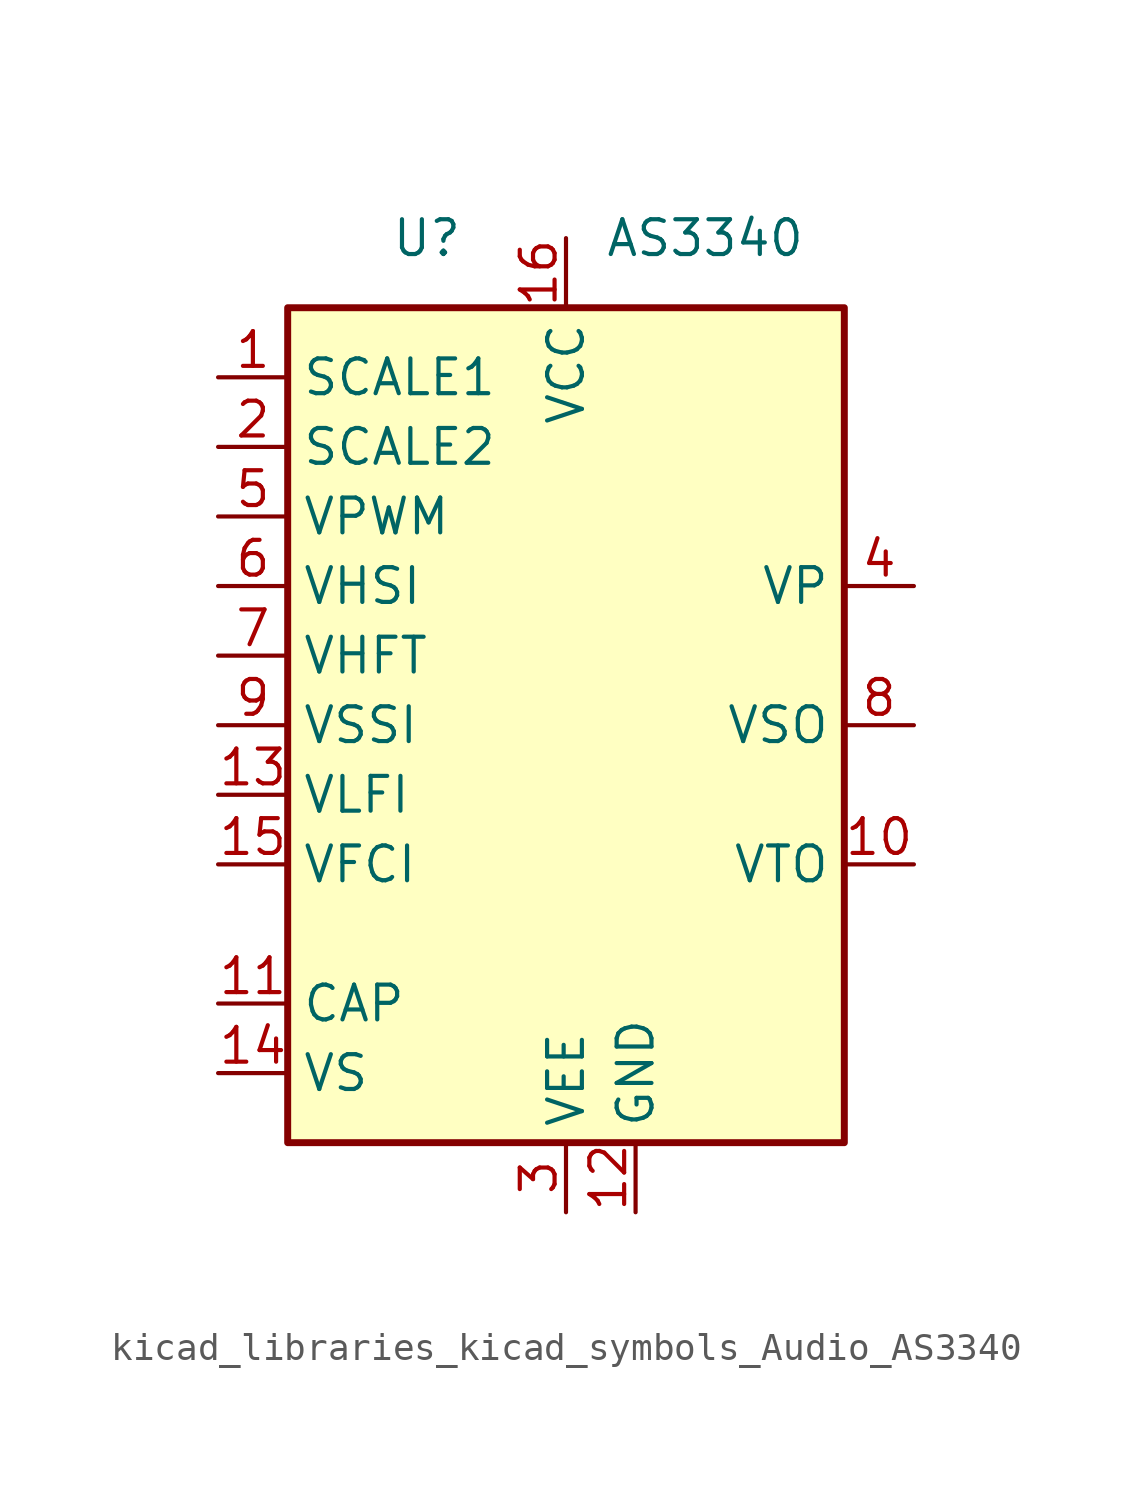
<source format=kicad_sym>
(kicad_symbol_lib
  (version 20220914)
  (generator kicad_symbol_editor)
  (symbol "kicad_libraries_kicad_symbols_Audio_AS3340"
    (property "Reference" "U"
      (at -5.08 17.78 0)
      (effects (font (size 1.27 1.27))))
    (property "Value" "AS3340"
      (at 5.08 17.78 0)
      (effects (font (size 1.27 1.27))))
    (symbol "kicad_libraries_kicad_symbols_Audio_AS3340_0_1"
      (rectangle (start -10.16 15.24) (end 10.16 -15.24) (stroke (width 0.254) (type default)) (fill (type background))))
    (symbol "kicad_libraries_kicad_symbols_Audio_AS3340_1_1"
      (pin input line (at -12.7 12.7 0) (length 2.54) (name "SCALE1" (effects (font (size 1.27 1.27)))) (number "1" (effects (font (size 1.27 1.27)))))
      (pin output line (at 12.7 -5.08 180) (length 2.54) (name "VTO" (effects (font (size 1.27 1.27)))) (number "10" (effects (font (size 1.27 1.27)))))
      (pin passive line (at -12.7 -10.16 0) (length 2.54) (name "CAP" (effects (font (size 1.27 1.27)))) (number "11" (effects (font (size 1.27 1.27)))))
      (pin power_in line (at 2.54 -17.78 90) (length 2.54) (name "GND" (effects (font (size 1.27 1.27)))) (number "12" (effects (font (size 1.27 1.27)))))
      (pin input line (at -12.7 -2.54 0) (length 2.54) (name "VLFI" (effects (font (size 1.27 1.27)))) (number "13" (effects (font (size 1.27 1.27)))))
      (pin passive line (at -12.7 -12.7 0) (length 2.54) (name "VS" (effects (font (size 1.27 1.27)))) (number "14" (effects (font (size 1.27 1.27)))))
      (pin input line (at -12.7 -5.08 0) (length 2.54) (name "VFCI" (effects (font (size 1.27 1.27)))) (number "15" (effects (font (size 1.27 1.27)))))
      (pin power_in line (at 0 17.78 270) (length 2.54) (name "VCC" (effects (font (size 1.27 1.27)))) (number "16" (effects (font (size 1.27 1.27)))))
      (pin input line (at -12.7 10.16 0) (length 2.54) (name "SCALE2" (effects (font (size 1.27 1.27)))) (number "2" (effects (font (size 1.27 1.27)))))
      (pin power_in line (at 0 -17.78 90) (length 2.54) (name "VEE" (effects (font (size 1.27 1.27)))) (number "3" (effects (font (size 1.27 1.27)))))
      (pin output line (at 12.7 5.08 180) (length 2.54) (name "VP" (effects (font (size 1.27 1.27)))) (number "4" (effects (font (size 1.27 1.27)))))
      (pin input line (at -12.7 7.62 0) (length 2.54) (name "VPWM" (effects (font (size 1.27 1.27)))) (number "5" (effects (font (size 1.27 1.27)))))
      (pin input line (at -12.7 5.08 0) (length 2.54) (name "VHSI" (effects (font (size 1.27 1.27)))) (number "6" (effects (font (size 1.27 1.27)))))
      (pin input line (at -12.7 2.54 0) (length 2.54) (name "VHFT" (effects (font (size 1.27 1.27)))) (number "7" (effects (font (size 1.27 1.27)))))
      (pin output line (at 12.7 0 180) (length 2.54) (name "VSO" (effects (font (size 1.27 1.27)))) (number "8" (effects (font (size 1.27 1.27)))))
      (pin input line (at -12.7 0 0) (length 2.54) (name "VSSI" (effects (font (size 1.27 1.27)))) (number "9" (effects (font (size 1.27 1.27))))))))
</source>
